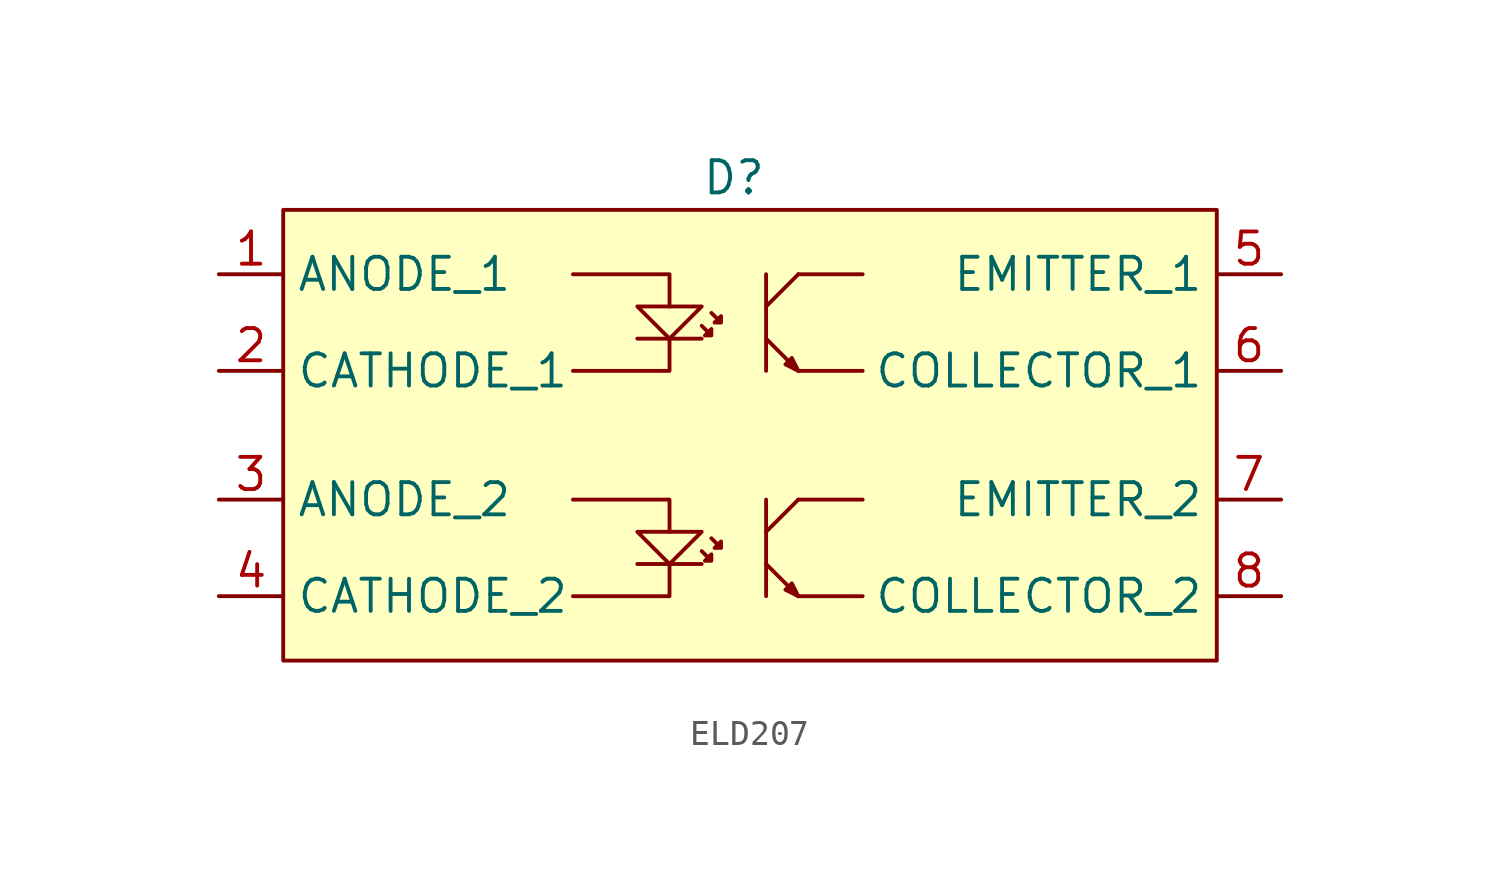
<source format=kicad_sym>
(kicad_symbol_lib
  (version 20220914)
  (generator kicad_symbol_editor)
  (symbol "ELD207"
    (property "Reference" "D"
      (at -1.27 7.62 0)
      (effects (font (size 1.27 1.27))))
    (property "Value" ""
      (at 0 0 0)
      (effects (font (size 1.27 1.27))))
    (symbol "ELD207_0_1"
      (polyline (pts (xy -2.54 -7.62) (xy -5.08 -7.62)) (stroke (width 0) (type default)) (fill (type none)))
      (polyline (pts (xy -2.54 1.27) (xy -5.08 1.27)) (stroke (width 0) (type default)) (fill (type none)))
      (polyline (pts (xy 0 -7.62) (xy 1.27 -8.89)) (stroke (width 0) (type default)) (fill (type none)))
      (polyline (pts (xy 0 -6.35) (xy 1.27 -5.08)) (stroke (width 0) (type default)) (fill (type none)))
      (polyline (pts (xy 0 -5.08) (xy 0 -8.89)) (stroke (width 0) (type default)) (fill (type none)))
      (polyline (pts (xy 0 1.27) (xy 1.27 0)) (stroke (width 0) (type default)) (fill (type none)))
      (polyline (pts (xy 0 2.54) (xy 1.27 3.81)) (stroke (width 0) (type default)) (fill (type none)))
      (polyline (pts (xy 0 3.81) (xy 0 0)) (stroke (width 0) (type default)) (fill (type none)))
      (polyline (pts (xy 1.27 -8.89) (xy 3.81 -8.89)) (stroke (width 0) (type default)) (fill (type none)))
      (polyline (pts (xy 1.27 -5.08) (xy 3.81 -5.08)) (stroke (width 0) (type default)) (fill (type none)))
      (polyline (pts (xy 1.27 0) (xy 3.81 0)) (stroke (width 0) (type default)) (fill (type none)))
      (polyline (pts (xy 1.27 3.81) (xy 3.81 3.81)) (stroke (width 0) (type default)) (fill (type none)))
      (polyline (pts (xy -3.81 -7.62) (xy -3.81 -8.89) (xy -7.62 -8.89)) (stroke (width 0) (type default)) (fill (type none)))
      (polyline (pts (xy -3.81 -6.35) (xy -3.81 -5.08) (xy -7.62 -5.08)) (stroke (width 0) (type default)) (fill (type none)))
      (polyline (pts (xy -3.81 1.27) (xy -3.81 0) (xy -7.62 0)) (stroke (width 0) (type default)) (fill (type none)))
      (polyline (pts (xy -3.81 2.54) (xy -3.81 3.81) (xy -7.62 3.81)) (stroke (width 0) (type default)) (fill (type none)))
      (polyline (pts (xy -3.81 -7.62) (xy -5.08 -6.35) (xy -2.54 -6.35) (xy -3.81 -7.62)) (stroke (width 0) (type default)) (fill (type none)))
      (polyline (pts (xy -3.81 1.27) (xy -5.08 2.54) (xy -2.54 2.54) (xy -3.81 1.27)) (stroke (width 0) (type default)) (fill (type none)))
      (polyline (pts (xy 1.27 -8.89) (xy 1.016 -8.382) (xy 0.762 -8.636) (xy 1.27 -8.89)) (stroke (width 0) (type default)) (fill (type none)))
      (polyline (pts (xy 1.27 0) (xy 1.016 0.508) (xy 0.762 0.254) (xy 1.27 0)) (stroke (width 0) (type default)) (fill (type none)))
      (polyline (pts (xy -2.54 -7.112) (xy -2.159 -7.493) (xy -2.159 -7.239) (xy -2.413 -7.493) (xy -2.159 -7.493)) (stroke (width 0) (type default)) (fill (type none)))
      (polyline (pts (xy -2.54 1.778) (xy -2.159 1.397) (xy -2.159 1.651) (xy -2.413 1.397) (xy -2.159 1.397)) (stroke (width 0) (type default)) (fill (type none)))
      (polyline (pts (xy -2.159 -6.604) (xy -1.778 -6.985) (xy -1.778 -6.731) (xy -2.032 -6.985) (xy -1.778 -6.985)) (stroke (width 0) (type default)) (fill (type none)))
      (polyline (pts (xy -2.159 2.286) (xy -1.778 1.905) (xy -1.778 2.159) (xy -2.032 1.905) (xy -1.778 1.905)) (stroke (width 0) (type default)) (fill (type none))))
    (symbol "ELD207_1_1"
      (rectangle (start -19.05 6.35) (end 17.78 -11.43) (stroke (width 0) (type default)) (fill (type background)))
      (pin input line (at -21.59 3.81 0) (length 2.54) (name "ANODE_1" (effects (font (size 1.27 1.27)))) (number "1" (effects (font (size 1.27 1.27)))))
      (pin input line (at -21.59 0 0) (length 2.54) (name "CATHODE_1" (effects (font (size 1.27 1.27)))) (number "2" (effects (font (size 1.27 1.27)))))
      (pin input line (at -21.59 -5.08 0) (length 2.54) (name "ANODE_2" (effects (font (size 1.27 1.27)))) (number "3" (effects (font (size 1.27 1.27)))))
      (pin input line (at -21.59 -8.89 0) (length 2.54) (name "CATHODE_2" (effects (font (size 1.27 1.27)))) (number "4" (effects (font (size 1.27 1.27)))))
      (pin input line (at 20.32 3.81 180) (length 2.54) (name "EMITTER_1" (effects (font (size 1.27 1.27)))) (number "5" (effects (font (size 1.27 1.27)))))
      (pin input line (at 20.32 0 180) (length 2.54) (name "COLLECTOR_1" (effects (font (size 1.27 1.27)))) (number "6" (effects (font (size 1.27 1.27)))))
      (pin input line (at 20.32 -5.08 180) (length 2.54) (name "EMITTER_2" (effects (font (size 1.27 1.27)))) (number "7" (effects (font (size 1.27 1.27)))))
      (pin input line (at 20.32 -8.89 180) (length 2.54) (name "COLLECTOR_2" (effects (font (size 1.27 1.27)))) (number "8" (effects (font (size 1.27 1.27))))))))
</source>
